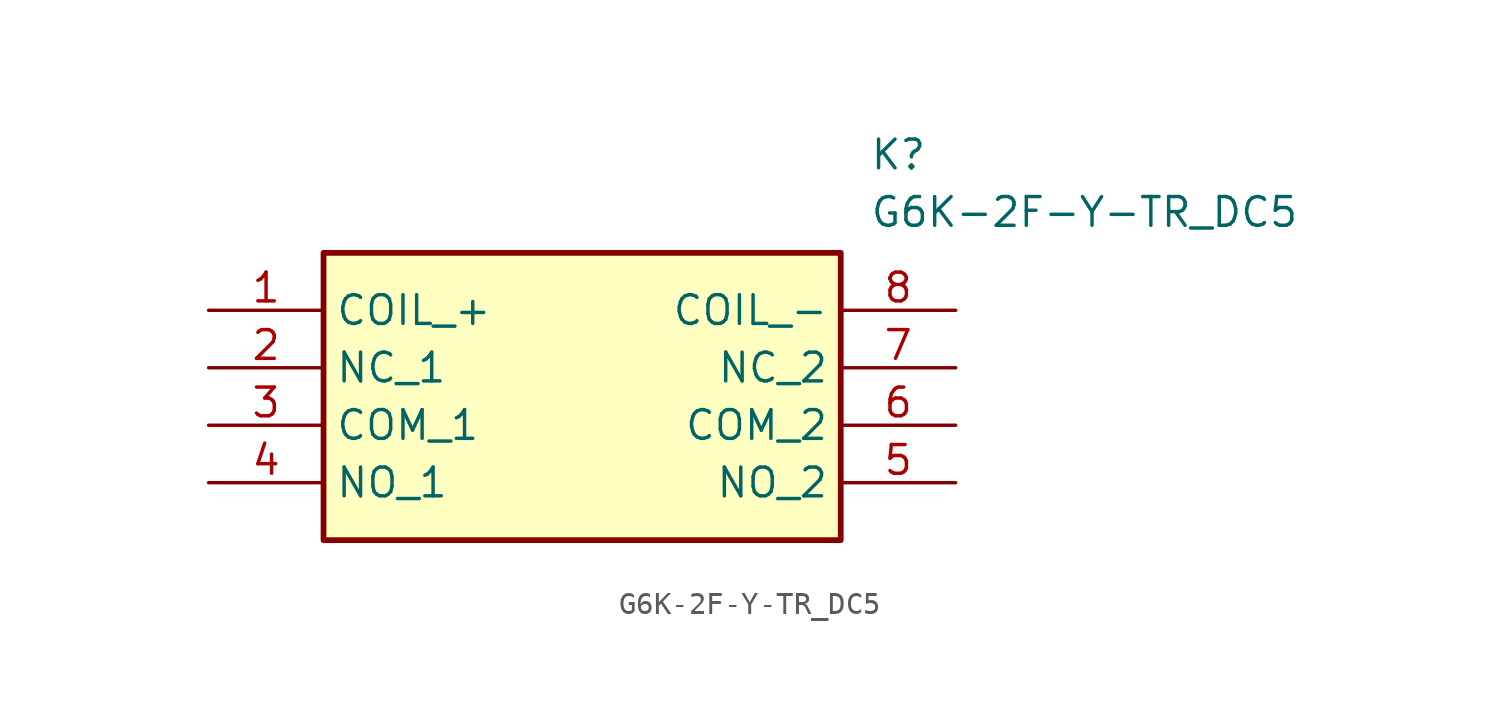
<source format=kicad_sym>
(kicad_symbol_lib
  (version 20211014)
  (generator SamacSys_ECAD_Model)
  (symbol "G6K-2F-Y-TR_DC5"
    (property "Reference" "K"
      (at 29.21 7.62 0)
      (effects (font (size 1.27 1.27)) (justify left top)))
    (property "Value" "G6K-2F-Y-TR_DC5"
      (at 29.21 5.08 0)
      (effects (font (size 1.27 1.27)) (justify left top)))
    (rectangle
      (start 5.08 2.54)
      (end 27.94 -10.16)
      (stroke (width 0.254) (type default))
      (fill (type background)))
    (pin passive line
      (at 0 0 0)
      (length 5.08)
      (name "COIL_+" (effects (font (size 1.27 1.27))))
      (number "1" (effects (font (size 1.27 1.27)))))
    (pin passive line
      (at 0 -2.54 0)
      (length 5.08)
      (name "NC_1" (effects (font (size 1.27 1.27))))
      (number "2" (effects (font (size 1.27 1.27)))))
    (pin passive line
      (at 0 -5.08 0)
      (length 5.08)
      (name "COM_1" (effects (font (size 1.27 1.27))))
      (number "3" (effects (font (size 1.27 1.27)))))
    (pin passive line
      (at 0 -7.62 0)
      (length 5.08)
      (name "NO_1" (effects (font (size 1.27 1.27))))
      (number "4" (effects (font (size 1.27 1.27)))))
    (pin passive line
      (at 33.02 -7.62 180)
      (length 5.08)
      (name "NO_2" (effects (font (size 1.27 1.27))))
      (number "5" (effects (font (size 1.27 1.27)))))
    (pin passive line
      (at 33.02 -5.08 180)
      (length 5.08)
      (name "COM_2" (effects (font (size 1.27 1.27))))
      (number "6" (effects (font (size 1.27 1.27)))))
    (pin passive line
      (at 33.02 -2.54 180)
      (length 5.08)
      (name "NC_2" (effects (font (size 1.27 1.27))))
      (number "7" (effects (font (size 1.27 1.27)))))
    (pin passive line
      (at 33.02 0 180)
      (length 5.08)
      (name "COIL_-" (effects (font (size 1.27 1.27))))
      (number "8" (effects (font (size 1.27 1.27)))))))
</source>
